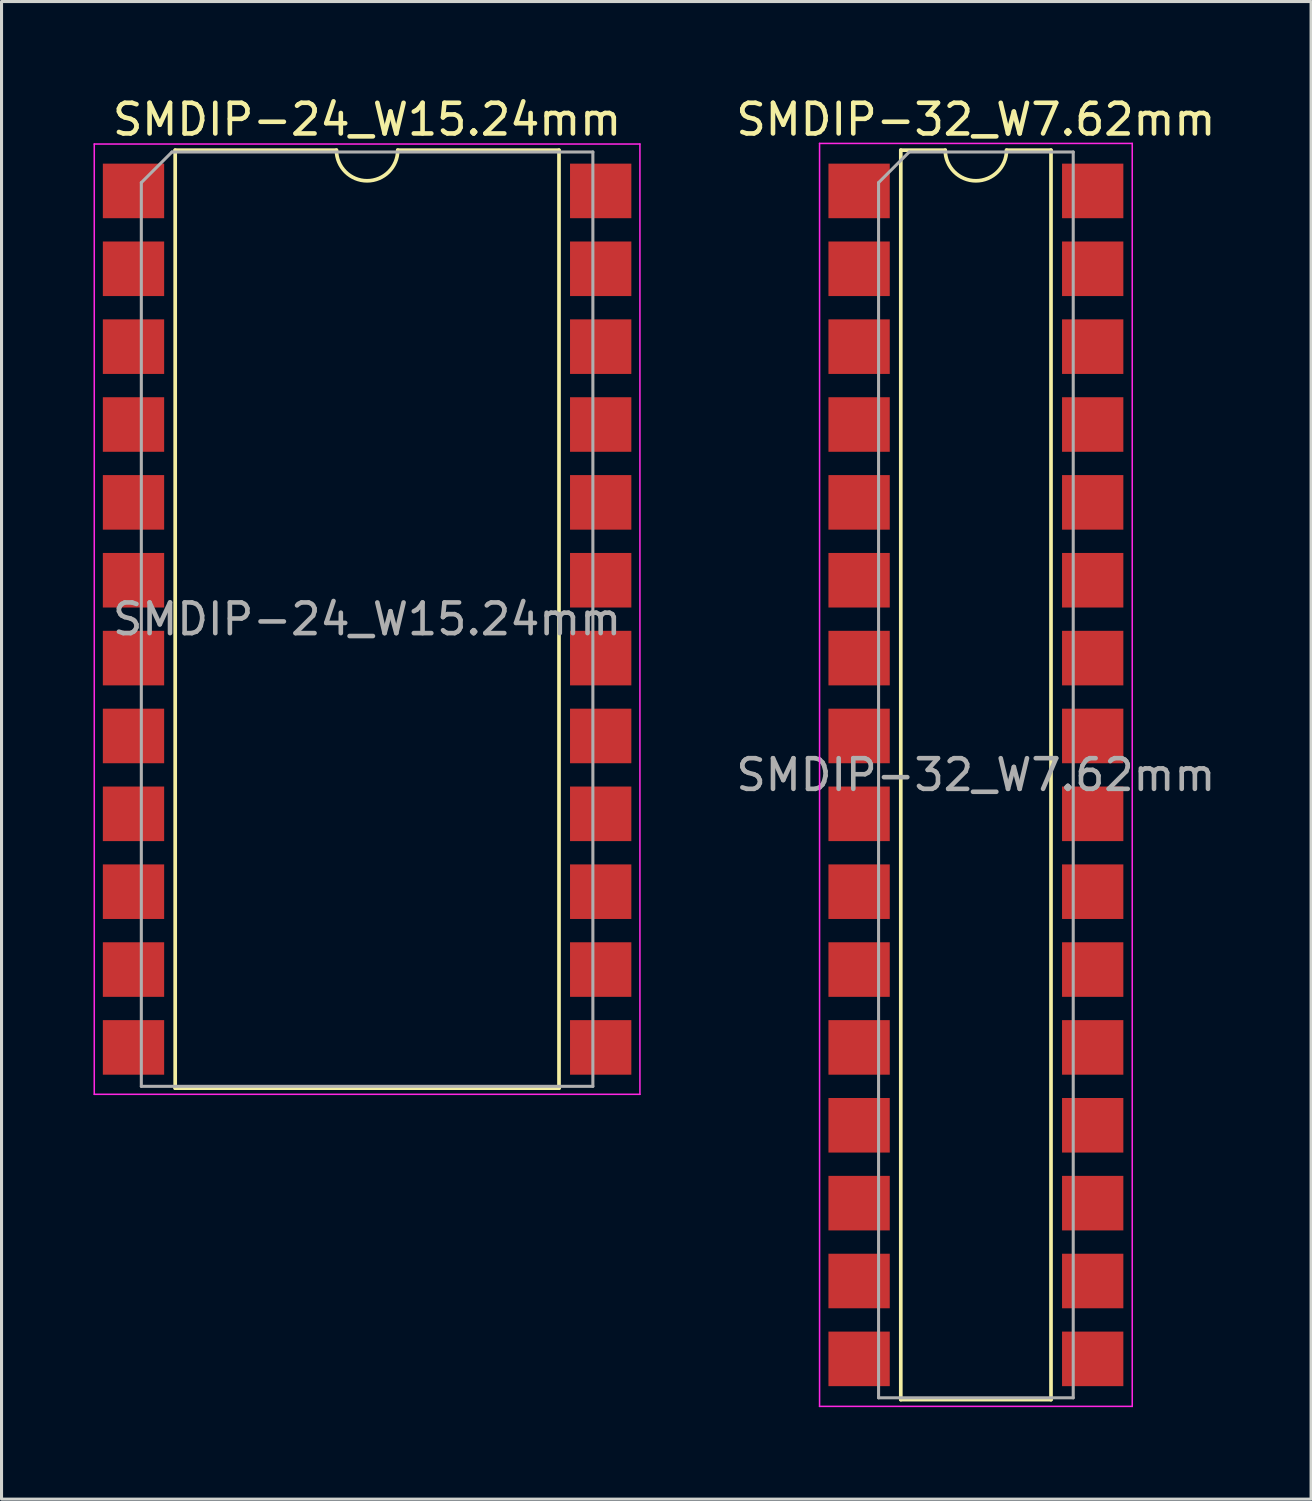
<source format=kicad_pcb>
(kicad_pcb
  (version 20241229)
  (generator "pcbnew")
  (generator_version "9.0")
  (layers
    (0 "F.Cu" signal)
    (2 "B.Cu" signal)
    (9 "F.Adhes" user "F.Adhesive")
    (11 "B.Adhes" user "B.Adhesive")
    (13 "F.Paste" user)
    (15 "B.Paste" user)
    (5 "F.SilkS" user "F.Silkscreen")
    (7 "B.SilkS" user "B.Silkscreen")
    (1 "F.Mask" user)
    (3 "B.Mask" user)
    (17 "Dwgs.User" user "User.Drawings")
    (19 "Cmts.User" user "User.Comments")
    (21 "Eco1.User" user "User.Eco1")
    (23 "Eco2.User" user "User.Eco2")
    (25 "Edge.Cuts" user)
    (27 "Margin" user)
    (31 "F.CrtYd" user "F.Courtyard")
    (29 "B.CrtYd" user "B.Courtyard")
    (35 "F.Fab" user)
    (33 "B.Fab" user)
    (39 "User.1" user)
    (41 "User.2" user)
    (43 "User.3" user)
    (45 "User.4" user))
  (footprint "SMDIP-24_W15.24mm"
    (layer "F.Cu")
    (at 8.925 17.148)
    (property "Reference" "SMDIP-24_W15.24mm" (at 0 -16.3 0) (layer "F.SilkS") (effects (font (size 1 1) (thickness 0.15))))
    (attr smd)
    (fp_line (start -6.26 -15.3) (end -6.26 15.3) (stroke (width 0.12) (type solid)) (layer "F.SilkS"))
    (fp_line (start -6.26 15.3) (end 6.26 15.3) (stroke (width 0.12) (type solid)) (layer "F.SilkS"))
    (fp_line (start -1 -15.3) (end -6.26 -15.3) (stroke (width 0.12) (type solid)) (layer "F.SilkS"))
    (fp_line (start 6.26 -15.3) (end 1 -15.3) (stroke (width 0.12) (type solid)) (layer "F.SilkS"))
    (fp_line (start 6.26 15.3) (end 6.26 -15.3) (stroke (width 0.12) (type solid)) (layer "F.SilkS"))
    (fp_arc (start 1 -15.3) (mid 0 -14.3) (end -1 -15.3) (stroke (width 0.12) (type solid)) (layer "F.SilkS"))
    (fp_line (start -8.9 -15.5) (end -8.9 15.5) (stroke (width 0.05) (type solid)) (layer "F.CrtYd"))
    (fp_line (start -8.9 15.5) (end 8.9 15.5) (stroke (width 0.05) (type solid)) (layer "F.CrtYd"))
    (fp_line (start 8.9 -15.5) (end -8.9 -15.5) (stroke (width 0.05) (type solid)) (layer "F.CrtYd"))
    (fp_line (start 8.9 15.5) (end 8.9 -15.5) (stroke (width 0.05) (type solid)) (layer "F.CrtYd"))
    (fp_line (start -7.365 -14.24) (end -6.365 -15.24) (stroke (width 0.1) (type solid)) (layer "F.Fab"))
    (fp_line (start -7.365 15.24) (end -7.365 -14.24) (stroke (width 0.1) (type solid)) (layer "F.Fab"))
    (fp_line (start -6.365 -15.24) (end 7.365 -15.24) (stroke (width 0.1) (type solid)) (layer "F.Fab"))
    (fp_line (start 7.365 -15.24) (end 7.365 15.24) (stroke (width 0.1) (type solid)) (layer "F.Fab"))
    (fp_line (start 7.365 15.24) (end -7.365 15.24) (stroke (width 0.1) (type solid)) (layer "F.Fab"))
    (fp_text user "${REFERENCE}" (at 0 0 0) (layer "F.Fab") (effects (font (size 1 1) (thickness 0.15))))
    (pad "1" smd rect (at -7.62 -13.97) (size 2 1.78) (layers "F.Cu" "F.Mask" "F.Paste"))
    (pad "2" smd rect (at -7.62 -11.43) (size 2 1.78) (layers "F.Cu" "F.Mask" "F.Paste"))
    (pad "3" smd rect (at -7.62 -8.89) (size 2 1.78) (layers "F.Cu" "F.Mask" "F.Paste"))
    (pad "4" smd rect (at -7.62 -6.35) (size 2 1.78) (layers "F.Cu" "F.Mask" "F.Paste"))
    (pad "5" smd rect (at -7.62 -3.81) (size 2 1.78) (layers "F.Cu" "F.Mask" "F.Paste"))
    (pad "6" smd rect (at -7.62 -1.27) (size 2 1.78) (layers "F.Cu" "F.Mask" "F.Paste"))
    (pad "7" smd rect (at -7.62 1.27) (size 2 1.78) (layers "F.Cu" "F.Mask" "F.Paste"))
    (pad "8" smd rect (at -7.62 3.81) (size 2 1.78) (layers "F.Cu" "F.Mask" "F.Paste"))
    (pad "9" smd rect (at -7.62 6.35) (size 2 1.78) (layers "F.Cu" "F.Mask" "F.Paste"))
    (pad "10" smd rect (at -7.62 8.89) (size 2 1.78) (layers "F.Cu" "F.Mask" "F.Paste"))
    (pad "11" smd rect (at -7.62 11.43) (size 2 1.78) (layers "F.Cu" "F.Mask" "F.Paste"))
    (pad "12" smd rect (at -7.62 13.97) (size 2 1.78) (layers "F.Cu" "F.Mask" "F.Paste"))
    (pad "13" smd rect (at 7.62 13.97) (size 2 1.78) (layers "F.Cu" "F.Mask" "F.Paste"))
    (pad "14" smd rect (at 7.62 11.43) (size 2 1.78) (layers "F.Cu" "F.Mask" "F.Paste"))
    (pad "15" smd rect (at 7.62 8.89) (size 2 1.78) (layers "F.Cu" "F.Mask" "F.Paste"))
    (pad "16" smd rect (at 7.62 6.35) (size 2 1.78) (layers "F.Cu" "F.Mask" "F.Paste"))
    (pad "17" smd rect (at 7.62 3.81) (size 2 1.78) (layers "F.Cu" "F.Mask" "F.Paste"))
    (pad "18" smd rect (at 7.62 1.27) (size 2 1.78) (layers "F.Cu" "F.Mask" "F.Paste"))
    (pad "19" smd rect (at 7.62 -1.27) (size 2 1.78) (layers "F.Cu" "F.Mask" "F.Paste"))
    (pad "20" smd rect (at 7.62 -3.81) (size 2 1.78) (layers "F.Cu" "F.Mask" "F.Paste"))
    (pad "21" smd rect (at 7.62 -6.35) (size 2 1.78) (layers "F.Cu" "F.Mask" "F.Paste"))
    (pad "22" smd rect (at 7.62 -8.89) (size 2 1.78) (layers "F.Cu" "F.Mask" "F.Paste"))
    (pad "23" smd rect (at 7.62 -11.43) (size 2 1.78) (layers "F.Cu" "F.Mask" "F.Paste"))
    (pad "24" smd rect (at 7.62 -13.97) (size 2 1.78) (layers "F.Cu" "F.Mask" "F.Paste")))
  (footprint "SMDIP-32_W7.62mm"
    (layer "F.Cu")
    (at 28.785 22.228)
    (property "Reference" "SMDIP-32_W7.62mm" (at 0 -21.38 0) (layer "F.SilkS") (effects (font (size 1 1) (thickness 0.15))))
    (attr smd)
    (fp_line (start -2.45 -20.38) (end -2.45 20.38) (stroke (width 0.12) (type solid)) (layer "F.SilkS"))
    (fp_line (start -2.45 20.38) (end 2.45 20.38) (stroke (width 0.12) (type solid)) (layer "F.SilkS"))
    (fp_line (start -1 -20.38) (end -2.45 -20.38) (stroke (width 0.12) (type solid)) (layer "F.SilkS"))
    (fp_line (start 2.45 -20.38) (end 1 -20.38) (stroke (width 0.12) (type solid)) (layer "F.SilkS"))
    (fp_line (start 2.45 20.38) (end 2.45 -20.38) (stroke (width 0.12) (type solid)) (layer "F.SilkS"))
    (fp_arc (start 1 -20.38) (mid 0 -19.38) (end -1 -20.38) (stroke (width 0.12) (type solid)) (layer "F.SilkS"))
    (fp_line (start -5.1 -20.6) (end -5.1 20.6) (stroke (width 0.05) (type solid)) (layer "F.CrtYd"))
    (fp_line (start -5.1 20.6) (end 5.1 20.6) (stroke (width 0.05) (type solid)) (layer "F.CrtYd"))
    (fp_line (start 5.1 -20.6) (end -5.1 -20.6) (stroke (width 0.05) (type solid)) (layer "F.CrtYd"))
    (fp_line (start 5.1 20.6) (end 5.1 -20.6) (stroke (width 0.05) (type solid)) (layer "F.CrtYd"))
    (fp_line (start -3.175 -19.32) (end -2.175 -20.32) (stroke (width 0.1) (type solid)) (layer "F.Fab"))
    (fp_line (start -3.175 20.32) (end -3.175 -19.32) (stroke (width 0.1) (type solid)) (layer "F.Fab"))
    (fp_line (start -2.175 -20.32) (end 3.175 -20.32) (stroke (width 0.1) (type solid)) (layer "F.Fab"))
    (fp_line (start 3.175 -20.32) (end 3.175 20.32) (stroke (width 0.1) (type solid)) (layer "F.Fab"))
    (fp_line (start 3.175 20.32) (end -3.175 20.32) (stroke (width 0.1) (type solid)) (layer "F.Fab"))
    (fp_text user "${REFERENCE}" (at 0 0 0) (layer "F.Fab") (effects (font (size 1 1) (thickness 0.15))))
    (pad "1" smd rect (at -3.81 -19.05) (size 2 1.78) (layers "F.Cu" "F.Mask" "F.Paste"))
    (pad "2" smd rect (at -3.81 -16.51) (size 2 1.78) (layers "F.Cu" "F.Mask" "F.Paste"))
    (pad "3" smd rect (at -3.81 -13.97) (size 2 1.78) (layers "F.Cu" "F.Mask" "F.Paste"))
    (pad "4" smd rect (at -3.81 -11.43) (size 2 1.78) (layers "F.Cu" "F.Mask" "F.Paste"))
    (pad "5" smd rect (at -3.81 -8.89) (size 2 1.78) (layers "F.Cu" "F.Mask" "F.Paste"))
    (pad "6" smd rect (at -3.81 -6.35) (size 2 1.78) (layers "F.Cu" "F.Mask" "F.Paste"))
    (pad "7" smd rect (at -3.81 -3.81) (size 2 1.78) (layers "F.Cu" "F.Mask" "F.Paste"))
    (pad "8" smd rect (at -3.81 -1.27) (size 2 1.78) (layers "F.Cu" "F.Mask" "F.Paste"))
    (pad "9" smd rect (at -3.81 1.27) (size 2 1.78) (layers "F.Cu" "F.Mask" "F.Paste"))
    (pad "10" smd rect (at -3.81 3.81) (size 2 1.78) (layers "F.Cu" "F.Mask" "F.Paste"))
    (pad "11" smd rect (at -3.81 6.35) (size 2 1.78) (layers "F.Cu" "F.Mask" "F.Paste"))
    (pad "12" smd rect (at -3.81 8.89) (size 2 1.78) (layers "F.Cu" "F.Mask" "F.Paste"))
    (pad "13" smd rect (at -3.81 11.43) (size 2 1.78) (layers "F.Cu" "F.Mask" "F.Paste"))
    (pad "14" smd rect (at -3.81 13.97) (size 2 1.78) (layers "F.Cu" "F.Mask" "F.Paste"))
    (pad "15" smd rect (at -3.81 16.51) (size 2 1.78) (layers "F.Cu" "F.Mask" "F.Paste"))
    (pad "16" smd rect (at -3.81 19.05) (size 2 1.78) (layers "F.Cu" "F.Mask" "F.Paste"))
    (pad "17" smd rect (at 3.81 19.05) (size 2 1.78) (layers "F.Cu" "F.Mask" "F.Paste"))
    (pad "18" smd rect (at 3.81 16.51) (size 2 1.78) (layers "F.Cu" "F.Mask" "F.Paste"))
    (pad "19" smd rect (at 3.81 13.97) (size 2 1.78) (layers "F.Cu" "F.Mask" "F.Paste"))
    (pad "20" smd rect (at 3.81 11.43) (size 2 1.78) (layers "F.Cu" "F.Mask" "F.Paste"))
    (pad "21" smd rect (at 3.81 8.89) (size 2 1.78) (layers "F.Cu" "F.Mask" "F.Paste"))
    (pad "22" smd rect (at 3.81 6.35) (size 2 1.78) (layers "F.Cu" "F.Mask" "F.Paste"))
    (pad "23" smd rect (at 3.81 3.81) (size 2 1.78) (layers "F.Cu" "F.Mask" "F.Paste"))
    (pad "24" smd rect (at 3.81 1.27) (size 2 1.78) (layers "F.Cu" "F.Mask" "F.Paste"))
    (pad "25" smd rect (at 3.81 -1.27) (size 2 1.78) (layers "F.Cu" "F.Mask" "F.Paste"))
    (pad "26" smd rect (at 3.81 -3.81) (size 2 1.78) (layers "F.Cu" "F.Mask" "F.Paste"))
    (pad "27" smd rect (at 3.81 -6.35) (size 2 1.78) (layers "F.Cu" "F.Mask" "F.Paste"))
    (pad "28" smd rect (at 3.81 -8.89) (size 2 1.78) (layers "F.Cu" "F.Mask" "F.Paste"))
    (pad "29" smd rect (at 3.81 -11.43) (size 2 1.78) (layers "F.Cu" "F.Mask" "F.Paste"))
    (pad "30" smd rect (at 3.81 -13.97) (size 2 1.78) (layers "F.Cu" "F.Mask" "F.Paste"))
    (pad "31" smd rect (at 3.81 -16.51) (size 2 1.78) (layers "F.Cu" "F.Mask" "F.Paste"))
    (pad "32" smd rect (at 3.81 -19.05) (size 2 1.78) (layers "F.Cu" "F.Mask" "F.Paste")))
  (gr_rect
    (start -3 -3)
    (end 39.719 45.853)
    (stroke (width 0.1) (type default))
    (fill no)
    (layer "Edge.Cuts")))
</source>
